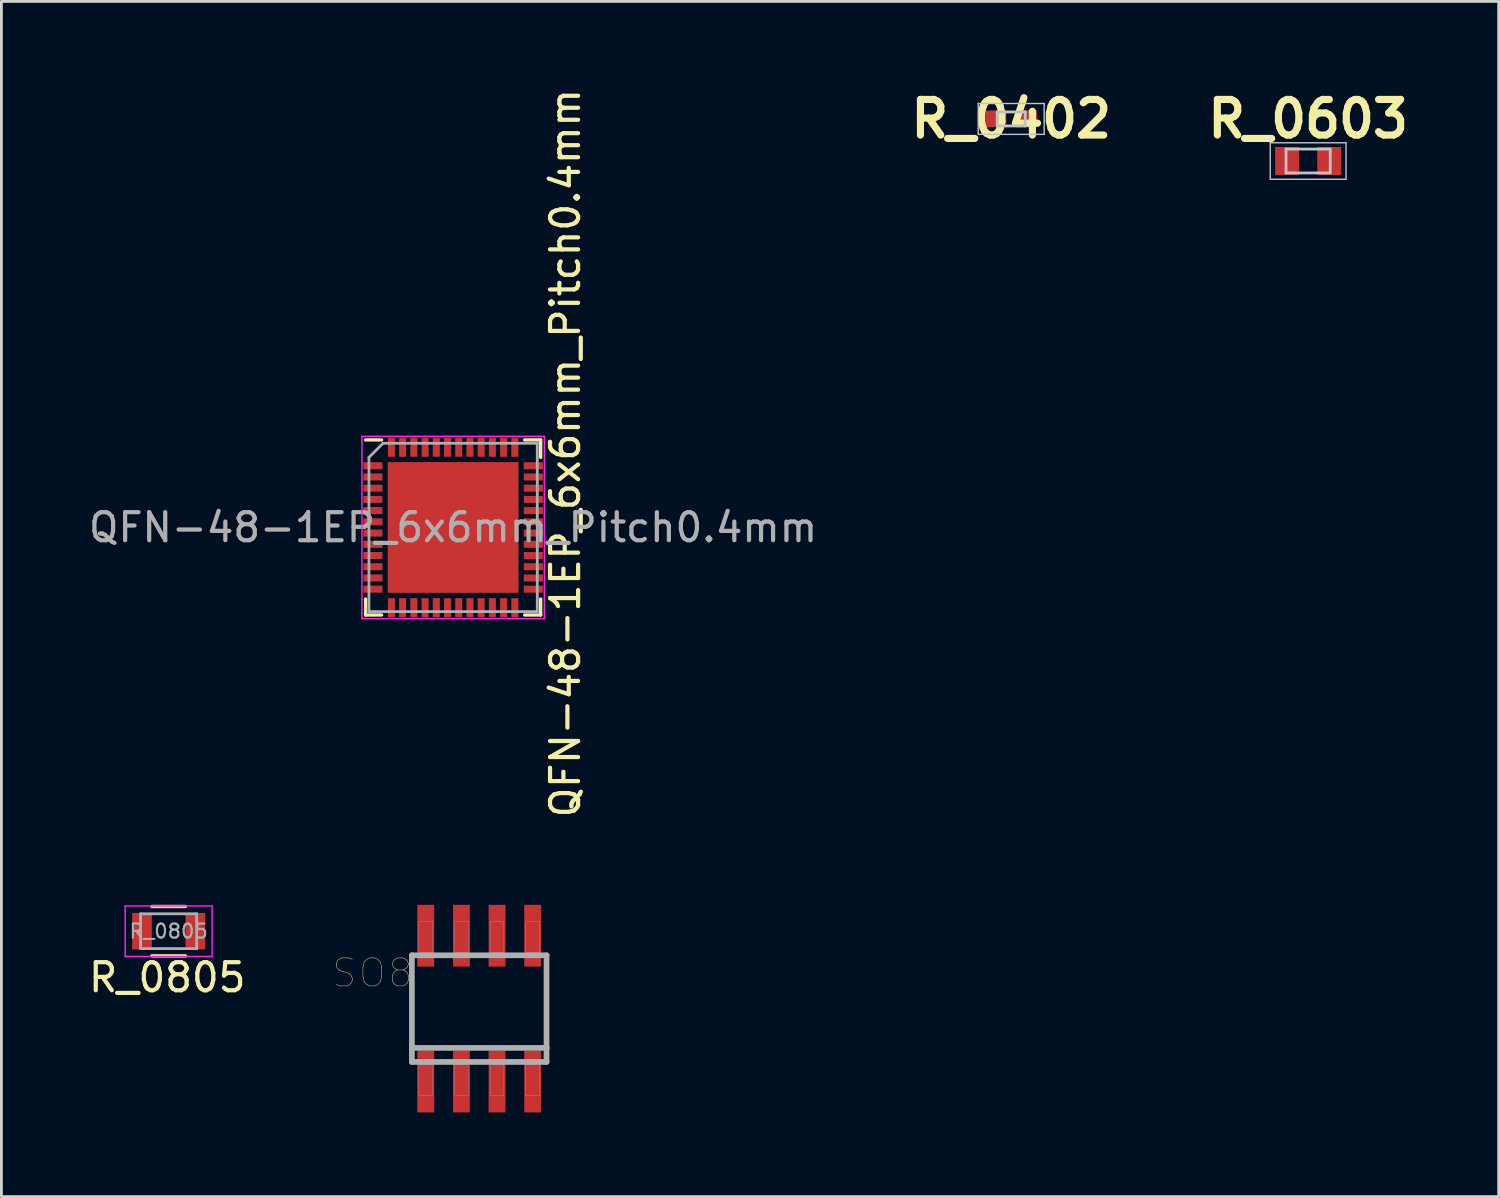
<source format=kicad_pcb>
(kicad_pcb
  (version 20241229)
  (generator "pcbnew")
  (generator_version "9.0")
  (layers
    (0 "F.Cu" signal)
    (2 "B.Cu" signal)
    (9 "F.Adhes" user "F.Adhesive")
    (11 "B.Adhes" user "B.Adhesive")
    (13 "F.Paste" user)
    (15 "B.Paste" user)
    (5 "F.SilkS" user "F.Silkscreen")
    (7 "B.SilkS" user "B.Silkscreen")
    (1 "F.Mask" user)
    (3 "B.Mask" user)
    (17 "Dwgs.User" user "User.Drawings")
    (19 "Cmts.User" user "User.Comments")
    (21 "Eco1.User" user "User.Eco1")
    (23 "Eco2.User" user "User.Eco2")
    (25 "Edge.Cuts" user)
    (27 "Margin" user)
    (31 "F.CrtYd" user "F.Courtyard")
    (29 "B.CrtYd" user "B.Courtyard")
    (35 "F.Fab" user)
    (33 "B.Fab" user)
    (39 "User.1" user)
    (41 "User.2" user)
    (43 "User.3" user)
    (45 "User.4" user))
  (footprint "R_0805"
    (layer "F.Cu")
    (at 2.961 30.142)
    (property "Reference" "R_0805" (at -0.05 1.65 180) (layer "F.SilkS") (effects (font (size 1 1) (thickness 0.15))))
    (attr smd)
    (fp_line (start -0.6 -0.88) (end 0.6 -0.88) (stroke (width 0.12) (type solid)) (layer "F.SilkS"))
    (fp_line (start 0.6 0.88) (end -0.6 0.88) (stroke (width 0.12) (type solid)) (layer "F.SilkS"))
    (fp_line (start -1.55 -0.9) (end -1.55 0.9) (stroke (width 0.05) (type solid)) (layer "F.CrtYd"))
    (fp_line (start -1.55 -0.9) (end 1.55 -0.9) (stroke (width 0.05) (type solid)) (layer "F.CrtYd"))
    (fp_line (start 1.55 0.9) (end -1.55 0.9) (stroke (width 0.05) (type solid)) (layer "F.CrtYd"))
    (fp_line (start 1.55 0.9) (end 1.55 -0.9) (stroke (width 0.05) (type solid)) (layer "F.CrtYd"))
    (fp_line (start -1 -0.62) (end 1 -0.62) (stroke (width 0.1) (type solid)) (layer "F.Fab"))
    (fp_line (start -1 0.62) (end -1 -0.62) (stroke (width 0.1) (type solid)) (layer "F.Fab"))
    (fp_line (start 1 -0.62) (end 1 0.62) (stroke (width 0.1) (type solid)) (layer "F.Fab"))
    (fp_line (start 1 0.62) (end -1 0.62) (stroke (width 0.1) (type solid)) (layer "F.Fab"))
    (fp_text user "${REFERENCE}" (at 0 0 180) (layer "F.Fab") (effects (font (size 0.5 0.5) (thickness 0.075))))
    (pad "1" smd rect (at -0.95 0) (size 0.7 1.3) (layers "F.Cu" "F.Mask" "F.Paste"))
    (pad "2" smd rect (at 0.95 0) (size 0.7 1.3) (layers "F.Cu" "F.Mask" "F.Paste")))
  (footprint "R_0603"
    (layer "F.Cu")
    (at 43.578 2.689)
    (property "Reference" "R_0603" (at 0 -1.5 0) (layer "F.SilkS") (effects (font (size 1.27 1.27) (thickness 0.254))))
    (attr smd)
    (fp_line (start -1.35 -0.65) (end 1.35 -0.65) (stroke (width 0.05) (type solid)) (layer "Dwgs.User"))
    (fp_line (start -1.35 0.65) (end -1.35 -0.65) (stroke (width 0.05) (type solid)) (layer "Dwgs.User"))
    (fp_line (start -0.788 -0.425) (end 0.788 -0.425) (stroke (width 0.1) (type solid)) (layer "Dwgs.User"))
    (fp_line (start -0.788 0.425) (end -0.788 -0.425) (stroke (width 0.1) (type solid)) (layer "Dwgs.User"))
    (fp_line (start 0.788 -0.425) (end 0.788 0.425) (stroke (width 0.1) (type solid)) (layer "Dwgs.User"))
    (fp_line (start 0.788 0.425) (end -0.788 0.425) (stroke (width 0.1) (type solid)) (layer "Dwgs.User"))
    (fp_line (start 1.35 -0.65) (end 1.35 0.65) (stroke (width 0.05) (type solid)) (layer "Dwgs.User"))
    (fp_line (start 1.35 0.65) (end -1.35 0.65) (stroke (width 0.05) (type solid)) (layer "Dwgs.User"))
    (pad "1" smd rect (at -0.75 0) (size 0.85 1) (layers "F.Cu" "F.Mask" "F.Paste"))
    (pad "2" smd rect (at 0.75 0) (size 0.85 1) (layers "F.Cu" "F.Mask" "F.Paste")))
  (footprint "R_0402"
    (layer "F.Cu")
    (at 32.994 1.189)
    (property "Reference" "R_0402" (at 0 0 0) (layer "F.SilkS") (effects (font (size 1.27 1.27) (thickness 0.254))))
    (attr smd)
    (fp_line (start -1.175 -0.55) (end 1.175 -0.55) (stroke (width 0.05) (type solid)) (layer "Dwgs.User"))
    (fp_line (start -1.175 0.55) (end -1.175 -0.55) (stroke (width 0.05) (type solid)) (layer "Dwgs.User"))
    (fp_line (start -0.5 -0.25) (end 0.5 -0.25) (stroke (width 0.1) (type solid)) (layer "Dwgs.User"))
    (fp_line (start -0.5 0.25) (end -0.5 -0.25) (stroke (width 0.1) (type solid)) (layer "Dwgs.User"))
    (fp_line (start 0.5 -0.25) (end 0.5 0.25) (stroke (width 0.1) (type solid)) (layer "Dwgs.User"))
    (fp_line (start 0.5 0.25) (end -0.5 0.25) (stroke (width 0.1) (type solid)) (layer "Dwgs.User"))
    (fp_line (start 1.175 -0.55) (end 1.175 0.55) (stroke (width 0.05) (type solid)) (layer "Dwgs.User"))
    (fp_line (start 1.175 0.55) (end -1.175 0.55) (stroke (width 0.05) (type solid)) (layer "Dwgs.User"))
    (pad "1" smd rect (at -0.55 0 90) (size 0.6 0.75) (layers "F.Cu" "F.Mask" "F.Paste"))
    (pad "2" smd rect (at 0.55 0 90) (size 0.6 0.75) (layers "F.Cu" "F.Mask" "F.Paste")))
  (footprint "SO8"
    (layer "F.Cu")
    (at 14.031 32.902)
    (property "Reference" "SO8" (at -3.811 -1.27 180) (layer "F.SilkS") (effects (font (size 1 1) (thickness 0.015))))
    (attr through_hole)
    (fp_line (start -2.4 -1.9) (end 2.4 -1.9) (stroke (width 0.203) (type solid)) (layer "F.Fab"))
    (fp_line (start -2.4 1.4) (end -2.4 -1.9) (stroke (width 0.203) (type solid)) (layer "F.Fab"))
    (fp_line (start -2.4 1.9) (end -2.4 1.4) (stroke (width 0.203) (type solid)) (layer "F.Fab"))
    (fp_line (start 2.4 -1.9) (end 2.4 1.4) (stroke (width 0.203) (type solid)) (layer "F.Fab"))
    (fp_line (start 2.4 1.4) (end -2.4 1.4) (stroke (width 0.203) (type solid)) (layer "F.Fab"))
    (fp_line (start 2.4 1.4) (end 2.4 1.9) (stroke (width 0.203) (type solid)) (layer "F.Fab"))
    (fp_line (start 2.4 1.9) (end -2.4 1.9) (stroke (width 0.203) (type solid)) (layer "F.Fab"))
    (fp_poly (pts (xy -2.152 2) (xy -1.66 2) (xy -1.66 3.103) (xy -2.152 3.103)) (stroke (width 0.01) (type solid)) (fill no) (layer "F.Fab"))
    (fp_poly (pts (xy -2.151 -3.1) (xy -1.66 -3.1) (xy -1.66 -2.001) (xy -2.151 -2.001)) (stroke (width 0.01) (type solid)) (fill no) (layer "F.Fab"))
    (fp_poly (pts (xy -0.882 -3.1) (xy -0.39 -3.1) (xy -0.39 -2.003) (xy -0.882 -2.003)) (stroke (width 0.01) (type solid)) (fill no) (layer "F.Fab"))
    (fp_poly (pts (xy -0.88 2) (xy -0.39 2) (xy -0.39 3.101) (xy -0.88 3.101)) (stroke (width 0.01) (type solid)) (fill no) (layer "F.Fab"))
    (fp_poly (pts (xy 0.39 2) (xy 0.88 2) (xy 0.88 3.102) (xy 0.39 3.102)) (stroke (width 0.01) (type solid)) (fill no) (layer "F.Fab"))
    (fp_poly (pts (xy 0.39 -3.1) (xy 0.88 -3.1) (xy 0.88 -2.003) (xy 0.39 -2.003)) (stroke (width 0.01) (type solid)) (fill no) (layer "F.Fab"))
    (fp_poly (pts (xy 1.66 2) (xy 2.15 2) (xy 2.15 3.1) (xy 1.66 3.1)) (stroke (width 0.01) (type solid)) (fill no) (layer "F.Fab"))
    (fp_poly (pts (xy 1.661 -3.1) (xy 2.15 -3.1) (xy 2.15 -2.001) (xy 1.661 -2.001)) (stroke (width 0.01) (type solid)) (fill no) (layer "F.Fab"))
    (pad "1" smd rect (at -1.905 2.6) (size 0.6 2.2) (layers "F.Cu" "F.Mask" "F.Paste"))
    (pad "2" smd rect (at -0.635 2.6) (size 0.6 2.2) (layers "F.Cu" "F.Mask" "F.Paste"))
    (pad "3" smd rect (at 0.635 2.6) (size 0.6 2.2) (layers "F.Cu" "F.Mask" "F.Paste"))
    (pad "4" smd rect (at 1.905 2.6) (size 0.6 2.2) (layers "F.Cu" "F.Mask" "F.Paste"))
    (pad "5" smd rect (at 1.905 -2.6) (size 0.6 2.2) (layers "F.Cu" "F.Mask" "F.Paste"))
    (pad "6" smd rect (at 0.635 -2.6) (size 0.6 2.2) (layers "F.Cu" "F.Mask" "F.Paste"))
    (pad "7" smd rect (at -0.635 -2.6) (size 0.6 2.2) (layers "F.Cu" "F.Mask" "F.Paste"))
    (pad "8" smd rect (at -1.905 -2.6) (size 0.6 2.2) (layers "F.Cu" "F.Mask" "F.Paste")))
  (footprint "QFN-48-1EP_6x6mm_Pitch0.4mm"
    (layer "F.Cu")
    (at 13.101 15.751)
    (property "Reference" "QFN-48-1EP_6x6mm_Pitch0.4mm" (at 4 -2.65 90) (layer "F.SilkS") (effects (font (size 1 1) (thickness 0.15))))
    (attr smd)
    (fp_line (start -3.12 -3.12) (end -2.55 -3.12) (stroke (width 0.12) (type solid)) (layer "F.SilkS"))
    (fp_line (start -3.12 3.12) (end -3.12 2.55) (stroke (width 0.12) (type solid)) (layer "F.SilkS"))
    (fp_line (start -2.55 3.12) (end -3.12 3.12) (stroke (width 0.12) (type solid)) (layer "F.SilkS"))
    (fp_line (start 2.55 -3.12) (end 3.12 -3.12) (stroke (width 0.12) (type solid)) (layer "F.SilkS"))
    (fp_line (start 2.55 3.12) (end 3.12 3.12) (stroke (width 0.12) (type solid)) (layer "F.SilkS"))
    (fp_line (start 3.12 -2.5) (end 3.12 -3.12) (stroke (width 0.12) (type solid)) (layer "F.SilkS"))
    (fp_line (start 3.12 3.12) (end 3.12 2.55) (stroke (width 0.12) (type solid)) (layer "F.SilkS"))
    (fp_line (start -3.25 -3.25) (end -3.25 3.25) (stroke (width 0.05) (type solid)) (layer "F.CrtYd"))
    (fp_line (start -3.25 3.25) (end 3.25 3.25) (stroke (width 0.05) (type solid)) (layer "F.CrtYd"))
    (fp_line (start 3.25 -3.25) (end -3.25 -3.25) (stroke (width 0.05) (type solid)) (layer "F.CrtYd"))
    (fp_line (start 3.25 3.25) (end 3.25 -3.25) (stroke (width 0.05) (type solid)) (layer "F.CrtYd"))
    (fp_line (start -3 3) (end -3 -2.5) (stroke (width 0.1) (type solid)) (layer "F.Fab"))
    (fp_line (start -2.5 -3) (end -3 -2.5) (stroke (width 0.1) (type solid)) (layer "F.Fab"))
    (fp_line (start 3 -3) (end -2.5 -3) (stroke (width 0.1) (type solid)) (layer "F.Fab"))
    (fp_line (start 3 -3) (end 3 3) (stroke (width 0.1) (type solid)) (layer "F.Fab"))
    (fp_line (start 3 3) (end -3 3) (stroke (width 0.1) (type solid)) (layer "F.Fab"))
    (fp_text user "${REFERENCE}" (at 0 0 0) (layer "F.Fab") (effects (font (size 1 1) (thickness 0.15))))
    (pad "" smd rect (at -1.725 -1.725) (size 0.9 0.9) (layers "F.Paste"))
    (pad "" smd rect (at -1.725 -0.575) (size 0.9 0.9) (layers "F.Paste"))
    (pad "" smd rect (at -1.725 0.575) (size 0.9 0.9) (layers "F.Paste"))
    (pad "" smd rect (at -1.725 1.725) (size 0.9 0.9) (layers "F.Paste"))
    (pad "" smd rect (at -0.575 -1.725) (size 0.9 0.9) (layers "F.Paste"))
    (pad "" smd rect (at -0.575 -0.575) (size 0.9 0.9) (layers "F.Paste"))
    (pad "" smd rect (at -0.575 0.575) (size 0.9 0.9) (layers "F.Paste"))
    (pad "" smd rect (at -0.575 1.725) (size 0.9 0.9) (layers "F.Paste"))
    (pad "" smd rect (at 0.575 -1.725) (size 0.9 0.9) (layers "F.Paste"))
    (pad "" smd rect (at 0.575 -0.575) (size 0.9 0.9) (layers "F.Paste"))
    (pad "" smd rect (at 0.575 0.575) (size 0.9 0.9) (layers "F.Paste"))
    (pad "" smd rect (at 0.575 1.725) (size 0.9 0.9) (layers "F.Paste"))
    (pad "" smd rect (at 1.725 -1.725) (size 0.9 0.9) (layers "F.Paste"))
    (pad "" smd rect (at 1.725 -0.575) (size 0.9 0.9) (layers "F.Paste"))
    (pad "" smd rect (at 1.725 0.575) (size 0.9 0.9) (layers "F.Paste"))
    (pad "" smd rect (at 1.725 1.725) (size 0.9 0.9) (layers "F.Paste"))
    (pad "1" smd rect (at -2.86 -2.2) (size 0.68 0.25) (layers "F.Cu" "F.Mask" "F.Paste"))
    (pad "2" smd rect (at -2.86 -1.8) (size 0.68 0.25) (layers "F.Cu" "F.Mask" "F.Paste"))
    (pad "3" smd rect (at -2.86 -1.4) (size 0.68 0.25) (layers "F.Cu" "F.Mask" "F.Paste"))
    (pad "4" smd rect (at -2.86 -1) (size 0.68 0.25) (layers "F.Cu" "F.Mask" "F.Paste"))
    (pad "5" smd rect (at -2.86 -0.6) (size 0.68 0.25) (layers "F.Cu" "F.Mask" "F.Paste"))
    (pad "6" smd rect (at -2.86 -0.2) (size 0.68 0.25) (layers "F.Cu" "F.Mask" "F.Paste"))
    (pad "7" smd rect (at -2.86 0.2) (size 0.68 0.25) (layers "F.Cu" "F.Mask" "F.Paste"))
    (pad "8" smd rect (at -2.86 0.6) (size 0.68 0.25) (layers "F.Cu" "F.Mask" "F.Paste"))
    (pad "9" smd rect (at -2.86 1) (size 0.68 0.25) (layers "F.Cu" "F.Mask" "F.Paste"))
    (pad "10" smd rect (at -2.86 1.4) (size 0.68 0.25) (layers "F.Cu" "F.Mask" "F.Paste"))
    (pad "11" smd rect (at -2.86 1.8) (size 0.68 0.25) (layers "F.Cu" "F.Mask" "F.Paste"))
    (pad "12" smd rect (at -2.86 2.2) (size 0.68 0.25) (layers "F.Cu" "F.Mask" "F.Paste"))
    (pad "13" smd rect (at -2.2 2.86) (size 0.25 0.68) (layers "F.Cu" "F.Mask" "F.Paste"))
    (pad "14" smd rect (at -1.8 2.86) (size 0.25 0.68) (layers "F.Cu" "F.Mask" "F.Paste"))
    (pad "15" smd rect (at -1.4 2.86) (size 0.25 0.68) (layers "F.Cu" "F.Mask" "F.Paste"))
    (pad "16" smd rect (at -1 2.86) (size 0.25 0.68) (layers "F.Cu" "F.Mask" "F.Paste"))
    (pad "17" smd rect (at -0.6 2.86) (size 0.25 0.68) (layers "F.Cu" "F.Mask" "F.Paste"))
    (pad "18" smd rect (at -0.2 2.86) (size 0.25 0.68) (layers "F.Cu" "F.Mask" "F.Paste"))
    (pad "19" smd rect (at 0.2 2.86) (size 0.25 0.68) (layers "F.Cu" "F.Mask" "F.Paste"))
    (pad "20" smd rect (at 0.6 2.86) (size 0.25 0.68) (layers "F.Cu" "F.Mask" "F.Paste"))
    (pad "21" smd rect (at 1 2.86) (size 0.25 0.68) (layers "F.Cu" "F.Mask" "F.Paste"))
    (pad "22" smd rect (at 1.4 2.86) (size 0.25 0.68) (layers "F.Cu" "F.Mask" "F.Paste"))
    (pad "23" smd rect (at 1.8 2.86) (size 0.25 0.68) (layers "F.Cu" "F.Mask" "F.Paste"))
    (pad "24" smd rect (at 2.2 2.86) (size 0.25 0.68) (layers "F.Cu" "F.Mask" "F.Paste"))
    (pad "25" smd rect (at 2.86 2.2) (size 0.68 0.25) (layers "F.Cu" "F.Mask" "F.Paste"))
    (pad "26" smd rect (at 2.86 1.8) (size 0.68 0.25) (layers "F.Cu" "F.Mask" "F.Paste"))
    (pad "27" smd rect (at 2.86 1.4) (size 0.68 0.25) (layers "F.Cu" "F.Mask" "F.Paste"))
    (pad "28" smd rect (at 2.86 1) (size 0.68 0.25) (layers "F.Cu" "F.Mask" "F.Paste"))
    (pad "29" smd rect (at 2.86 0.6) (size 0.68 0.25) (layers "F.Cu" "F.Mask" "F.Paste"))
    (pad "30" smd rect (at 2.86 0.2) (size 0.68 0.25) (layers "F.Cu" "F.Mask" "F.Paste"))
    (pad "31" smd rect (at 2.86 -0.2) (size 0.68 0.25) (layers "F.Cu" "F.Mask" "F.Paste"))
    (pad "32" smd rect (at 2.86 -0.6) (size 0.68 0.25) (layers "F.Cu" "F.Mask" "F.Paste"))
    (pad "33" smd rect (at 2.86 -1) (size 0.68 0.25) (layers "F.Cu" "F.Mask" "F.Paste"))
    (pad "34" smd rect (at 2.86 -1.4) (size 0.68 0.25) (layers "F.Cu" "F.Mask" "F.Paste"))
    (pad "35" smd rect (at 2.86 -1.8) (size 0.68 0.25) (layers "F.Cu" "F.Mask" "F.Paste"))
    (pad "36" smd rect (at 2.86 -2.2) (size 0.68 0.25) (layers "F.Cu" "F.Mask" "F.Paste"))
    (pad "37" smd rect (at 2.2 -2.86) (size 0.25 0.68) (layers "F.Cu" "F.Mask" "F.Paste"))
    (pad "38" smd rect (at 1.8 -2.86) (size 0.25 0.68) (layers "F.Cu" "F.Mask" "F.Paste"))
    (pad "39" smd rect (at 1.4 -2.86) (size 0.25 0.68) (layers "F.Cu" "F.Mask" "F.Paste"))
    (pad "40" smd rect (at 1 -2.86) (size 0.25 0.68) (layers "F.Cu" "F.Mask" "F.Paste"))
    (pad "41" smd rect (at 0.6 -2.86) (size 0.25 0.68) (layers "F.Cu" "F.Mask" "F.Paste"))
    (pad "42" smd rect (at 0.2 -2.86) (size 0.25 0.68) (layers "F.Cu" "F.Mask" "F.Paste"))
    (pad "43" smd rect (at -0.2 -2.86) (size 0.25 0.68) (layers "F.Cu" "F.Mask" "F.Paste"))
    (pad "44" smd rect (at -0.6 -2.86) (size 0.25 0.68) (layers "F.Cu" "F.Mask" "F.Paste"))
    (pad "45" smd rect (at -1 -2.86) (size 0.25 0.68) (layers "F.Cu" "F.Mask" "F.Paste"))
    (pad "46" smd rect (at -1.4 -2.86) (size 0.25 0.68) (layers "F.Cu" "F.Mask" "F.Paste"))
    (pad "47" smd rect (at -1.8 -2.86) (size 0.25 0.68) (layers "F.Cu" "F.Mask" "F.Paste"))
    (pad "48" smd rect (at -2.2 -2.86) (size 0.25 0.68) (layers "F.Cu" "F.Mask" "F.Paste"))
    (pad "49" smd rect (at 0 0) (size 4.66 4.66) (layers "F.Cu" "F.Mask")))
  (gr_rect
    (start -3 -3)
    (end 50.37 39.602)
    (stroke (width 0.1) (type default))
    (fill no)
    (layer "Edge.Cuts")))
</source>
